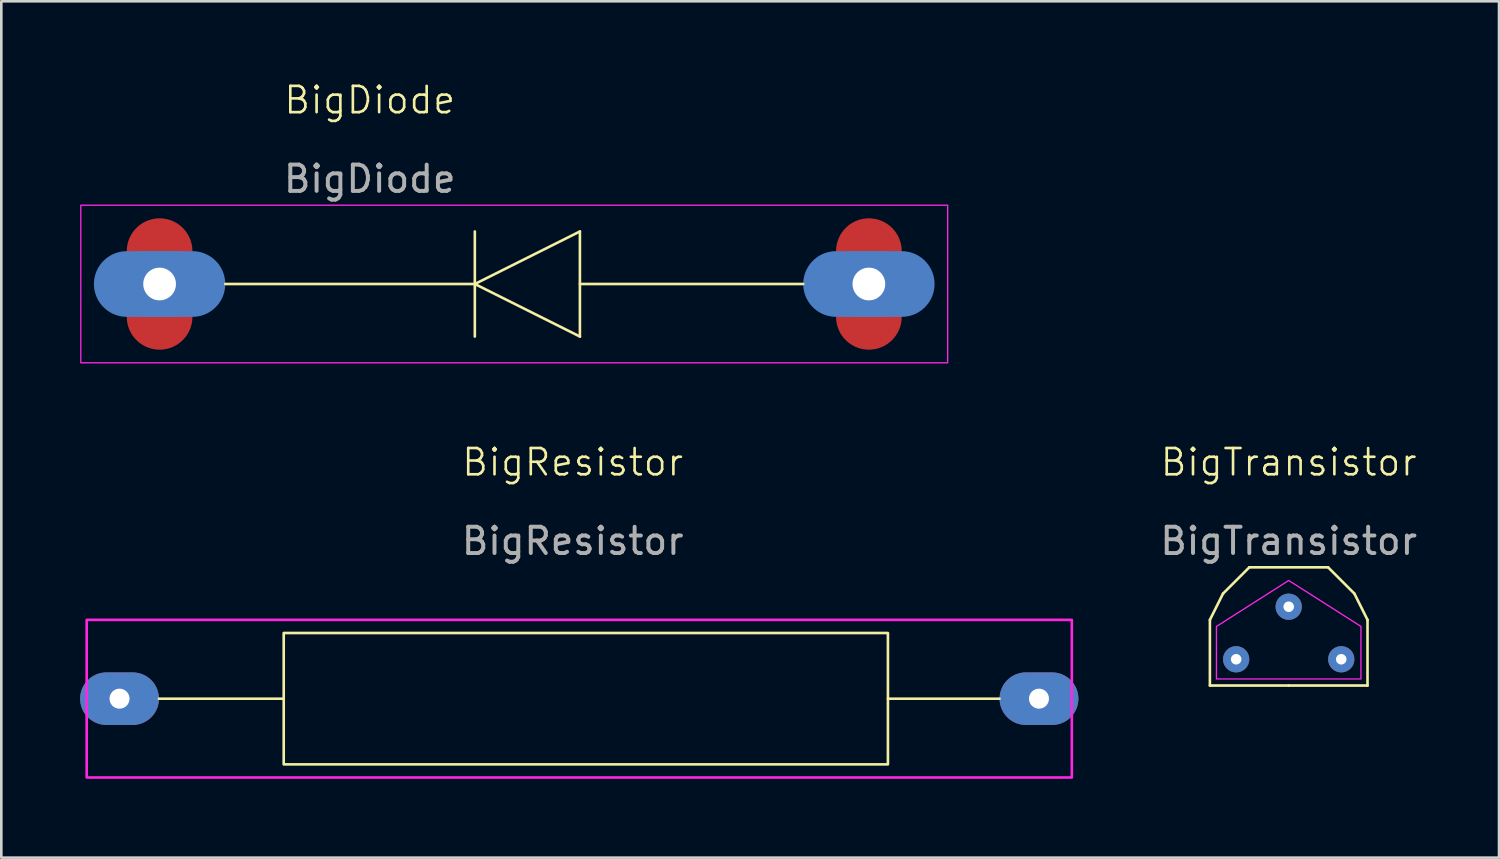
<source format=kicad_pcb>
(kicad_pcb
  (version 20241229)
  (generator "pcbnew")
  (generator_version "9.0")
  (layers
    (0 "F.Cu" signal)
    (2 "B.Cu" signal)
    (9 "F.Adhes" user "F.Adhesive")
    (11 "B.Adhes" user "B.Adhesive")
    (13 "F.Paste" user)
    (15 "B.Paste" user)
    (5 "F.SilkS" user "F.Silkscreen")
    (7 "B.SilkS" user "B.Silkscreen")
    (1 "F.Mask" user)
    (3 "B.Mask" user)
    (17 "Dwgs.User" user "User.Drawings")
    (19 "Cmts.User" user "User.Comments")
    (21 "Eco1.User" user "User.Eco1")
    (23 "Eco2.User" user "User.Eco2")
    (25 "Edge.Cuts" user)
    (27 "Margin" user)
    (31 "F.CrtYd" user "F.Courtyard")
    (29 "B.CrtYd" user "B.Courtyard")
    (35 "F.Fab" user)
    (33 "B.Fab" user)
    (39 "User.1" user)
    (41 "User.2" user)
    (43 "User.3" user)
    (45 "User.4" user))
  (footprint "BigDiode"
    (layer "F.Cu")
    (at 16.525 7.761)
    (property "Reference" "BigDiode" (at -5.5 -7 0) (unlocked yes) (layer "F.SilkS") (effects (font (size 1 1) (thickness 0.1))))
    (attr through_hole)
    (fp_line (start -11 0) (end -1.5 0) (stroke (width 0.1) (type default)) (layer "F.SilkS"))
    (fp_line (start -1.5 -2) (end -1.5 2) (stroke (width 0.1) (type default)) (layer "F.SilkS"))
    (fp_line (start -1.5 0) (end 2.5 2) (stroke (width 0.1) (type default)) (layer "F.SilkS"))
    (fp_line (start 2.5 -2) (end -1.5 0) (stroke (width 0.1) (type default)) (layer "F.SilkS"))
    (fp_line (start 2.5 -2) (end 2.5 2) (stroke (width 0.1) (type default)) (layer "F.SilkS"))
    (fp_line (start 2.5 0) (end 11 0) (stroke (width 0.1) (type default)) (layer "F.SilkS"))
    (fp_rect (start -16.5 -3) (end 16.5 3) (stroke (width 0.05) (type default)) (fill no) (layer "F.CrtYd"))
    (fp_text user "${REFERENCE}" (at -5.5 -4 0) (unlocked yes) (layer "F.Fab") (effects (font (size 1 1) (thickness 0.15))))
    (pad "1" thru_hole roundrect (at -13.5 0) (size 2.5 2.5) (drill 1.245) (layers "*.Cu" "*.Mask") (roundrect_rratio 0.25))
    (pad "1" smd oval (at -13.5 0 90) (size 5 2.5) (layers "F.Cu" "F.Mask" "F.Paste"))
    (pad "1" smd oval (at -13.5 0 180) (size 5 2.5) (layers "B.Cu" "B.Mask" "B.Paste"))
    (pad "2" thru_hole roundrect (at 13.5 0) (size 2.5 2.5) (drill 1.245) (layers "*.Cu" "*.Mask") (roundrect_rratio 0.25))
    (pad "2" smd oval (at 13.5 0 90) (size 5 2.5) (layers "F.Cu" "F.Mask" "F.Paste"))
    (pad "2" smd oval (at 13.5 0 180) (size 5 2.5) (layers "B.Cu" "B.Mask" "B.Paste")))
  (footprint "BigTransistor"
    (layer "F.Cu")
    (at 46.006 18.546)
    (property "Reference" "BigTransistor" (at 0 -4 0) (unlocked yes) (layer "F.SilkS") (effects (font (size 1 1) (thickness 0.1))))
    (attr through_hole)
    (fp_line (start -3 4.5) (end -3 2) (stroke (width 0.1) (type default)) (layer "F.SilkS"))
    (fp_line (start -2.5 1) (end -3 2) (stroke (width 0.1) (type default)) (layer "F.SilkS"))
    (fp_line (start -1.5 0) (end -2.5 1) (stroke (width 0.1) (type default)) (layer "F.SilkS"))
    (fp_line (start 0 4.5) (end -3 4.5) (stroke (width 0.1) (type default)) (layer "F.SilkS"))
    (fp_line (start 0 4.5) (end 3 4.5) (stroke (width 0.1) (type default)) (layer "F.SilkS"))
    (fp_line (start 1.5 0) (end -1.5 0) (stroke (width 0.1) (type default)) (layer "F.SilkS"))
    (fp_line (start 1.5 0) (end 2.5 1) (stroke (width 0.1) (type default)) (layer "F.SilkS"))
    (fp_line (start 2.5 1) (end 3 2) (stroke (width 0.1) (type default)) (layer "F.SilkS"))
    (fp_line (start 3 4.5) (end 3 2) (stroke (width 0.1) (type default)) (layer "F.SilkS"))
    (fp_poly (pts (xy -2.75 4.25) (xy 2.75 4.25) (xy 2.75 2.25) (xy 0 0.5) (xy -2.75 2.25)) (stroke (width 0.05) (type solid)) (fill no) (layer "F.CrtYd"))
    (fp_text user "${REFERENCE}" (at 0 -1 0) (unlocked yes) (layer "F.Fab") (effects (font (size 1 1) (thickness 0.15))))
    (pad "1" thru_hole circle (at -2 3.5 180) (size 1 1) (drill 0.4) (layers "*.Cu" "*.Mask"))
    (pad "2" thru_hole circle (at 0 1.5 180) (size 1 1) (drill 0.4) (layers "*.Cu" "*.Mask"))
    (pad "3" thru_hole circle (at 2 3.5 180) (size 1 1) (drill 0.4) (layers "*.Cu" "*.Mask")))
  (footprint "BigResistor"
    (layer "F.Cu")
    (at 18.75 23.546)
    (property "Reference" "BigResistor" (at 0 -9 0) (unlocked yes) (layer "F.SilkS") (effects (font (size 1 1) (thickness 0.1))))
    (attr through_hole)
    (fp_line (start -11 0) (end -15.75 0) (stroke (width 0.1) (type default)) (layer "F.SilkS"))
    (fp_line (start 12 0) (end 16.25 0) (stroke (width 0.1) (type default)) (layer "F.SilkS"))
    (fp_rect (start -11 -2.5) (end 12 2.5) (stroke (width 0.1) (type default)) (fill no) (layer "F.SilkS"))
    (fp_rect (start -18.5 -3) (end 19 3) (stroke (width 0.1) (type default)) (fill no) (layer "F.CrtYd"))
    (fp_text user "${REFERENCE}" (at 0 -6 0) (unlocked yes) (layer "F.Fab") (effects (font (size 1 1) (thickness 0.15))))
    (pad "1" thru_hole oval (at -17.25 0) (size 3 2) (drill 0.762) (layers "*.Cu" "B.Mask"))
    (pad "2" thru_hole oval (at 17.75 0) (size 3 2) (drill 0.762) (layers "*.Cu" "B.Mask")))
  (gr_rect
    (start -3 -3)
    (end 54.012 29.596)
    (stroke (width 0.1) (type default))
    (fill no)
    (layer "Edge.Cuts")))
</source>
